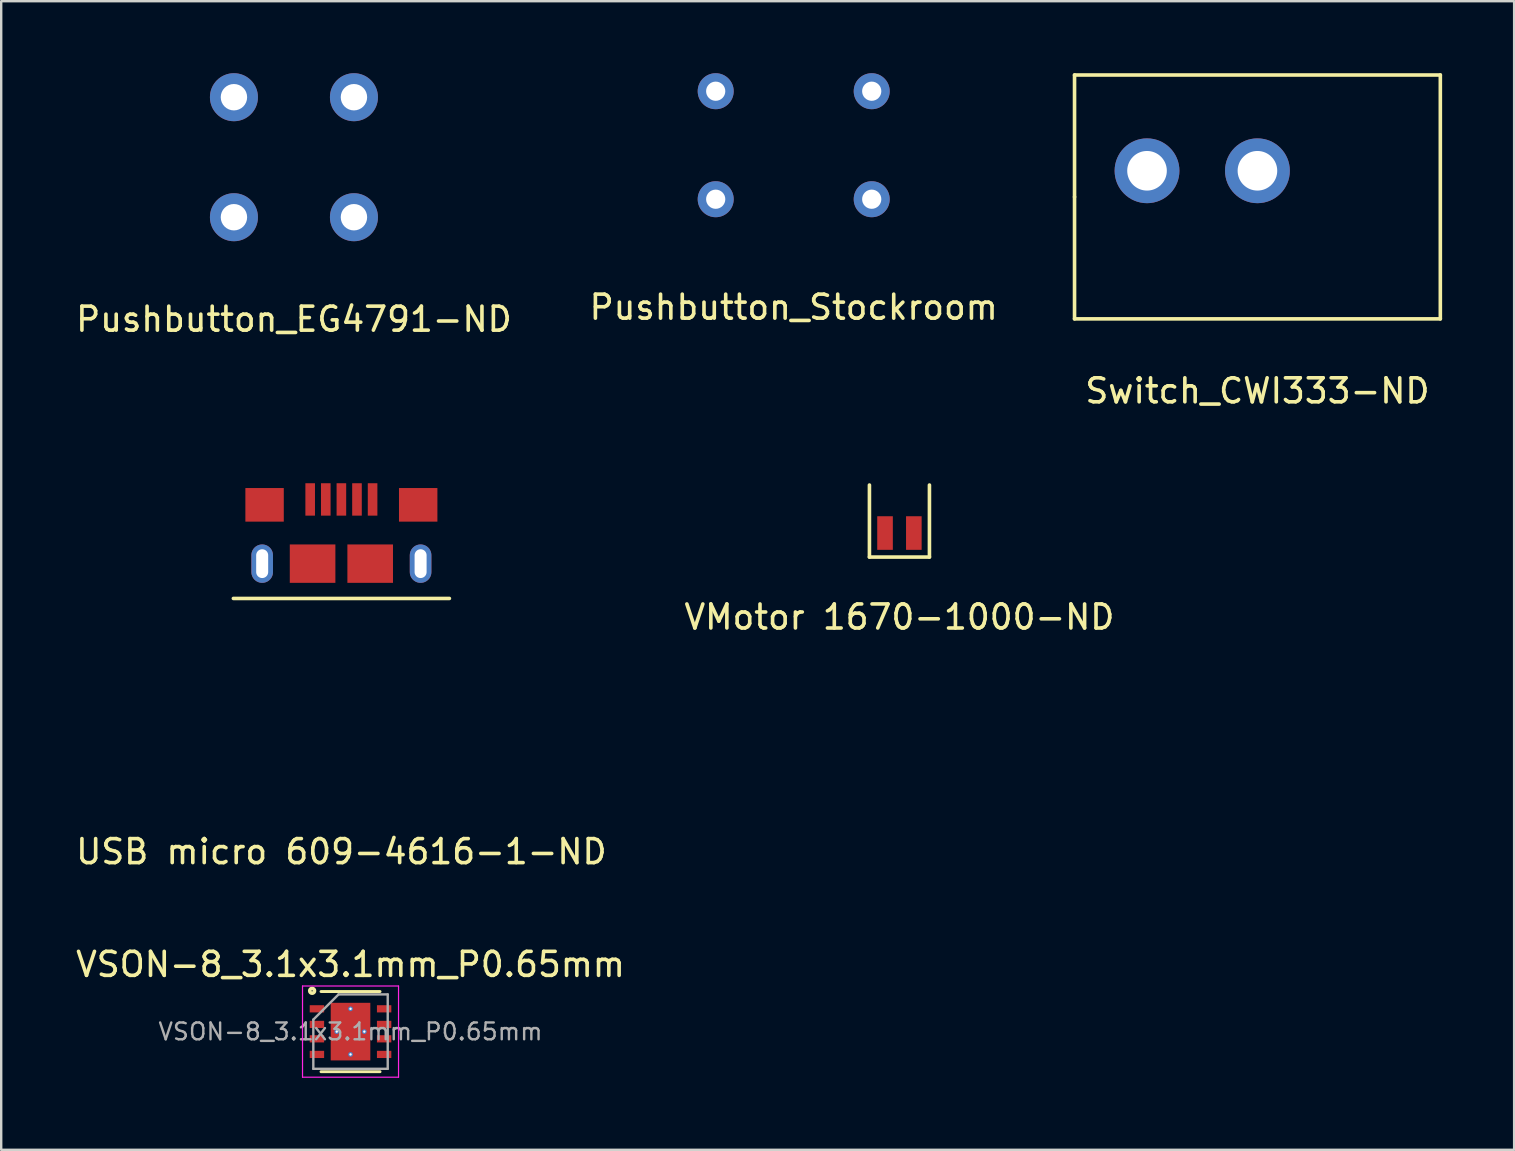
<source format=kicad_pcb>
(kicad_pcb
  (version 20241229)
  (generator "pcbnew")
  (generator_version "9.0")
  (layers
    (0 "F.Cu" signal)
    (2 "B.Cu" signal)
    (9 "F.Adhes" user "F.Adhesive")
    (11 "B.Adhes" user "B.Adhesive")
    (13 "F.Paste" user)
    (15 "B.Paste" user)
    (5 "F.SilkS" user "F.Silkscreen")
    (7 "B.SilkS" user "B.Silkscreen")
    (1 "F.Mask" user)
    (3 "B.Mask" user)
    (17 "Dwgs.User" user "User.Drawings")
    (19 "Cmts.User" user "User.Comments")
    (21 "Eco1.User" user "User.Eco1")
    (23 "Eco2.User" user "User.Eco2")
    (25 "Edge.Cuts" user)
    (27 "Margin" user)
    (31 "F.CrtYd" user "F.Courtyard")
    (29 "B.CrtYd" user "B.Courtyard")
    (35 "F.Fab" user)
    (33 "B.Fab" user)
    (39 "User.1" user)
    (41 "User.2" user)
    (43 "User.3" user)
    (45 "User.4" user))
  (footprint "Switch_CWI333-ND"
    (layer "F.Cu")
    (at 49.338 5.155)
    (property "Reference" "Switch_CWI333-ND" (at 0 8.08 0) (layer "F.SilkS") (effects (font (size 1 1) (thickness 0.15))))
    (attr through_hole)
    (fp_line (start -7.62 -5.08) (end 7.62 -5.08) (stroke (width 0.15) (type solid)) (layer "F.SilkS"))
    (fp_line (start -7.62 0) (end -7.62 -5.08) (stroke (width 0.15) (type solid)) (layer "F.SilkS"))
    (fp_line (start -7.62 5.08) (end -7.62 0) (stroke (width 0.15) (type solid)) (layer "F.SilkS"))
    (fp_line (start 7.62 -5.08) (end 7.62 5.08) (stroke (width 0.15) (type solid)) (layer "F.SilkS"))
    (fp_line (start 7.62 5.08) (end -7.62 5.08) (stroke (width 0.15) (type solid)) (layer "F.SilkS"))
    (pad "1" thru_hole circle (at 0 -1.09) (size 2.7 2.7) (drill 1.65) (layers "*.Cu" "*.Mask"))
    (pad "2" thru_hole circle (at -4.6 -1.09) (size 2.7 2.7) (drill 1.65) (layers "*.Cu" "*.Mask")))
  (footprint "Pushbutton_EG4791-ND"
    (layer "F.Cu")
    (at 9.196 3.5)
    (property "Reference" "Pushbutton_EG4791-ND" (at 0 6.75 0) (layer "F.SilkS") (effects (font (size 1 1) (thickness 0.15))))
    (attr through_hole)
    (pad "1" thru_hole circle (at -2.5 -2.5) (size 2 2) (drill 1.1) (layers "*.Cu" "*.Mask" "B.Adhes"))
    (pad "2" thru_hole circle (at 2.5 -2.5) (size 2 2) (drill 1.1) (layers "*.Cu" "*.Mask" "B.Adhes"))
    (pad "3" thru_hole circle (at -2.5 2.5) (size 2 2) (drill 1.1) (layers "*.Cu" "*.Mask" "B.Adhes"))
    (pad "4" thru_hole circle (at 2.5 2.5) (size 2 2) (drill 1.1) (layers "*.Cu" "*.Mask" "B.Adhes")))
  (footprint "USB micro 609-4616-1-ND"
    (layer "F.Cu")
    (at 11.173 20.433)
    (property "Reference" "USB micro 609-4616-1-ND" (at 0 12 0) (layer "F.SilkS") (effects (font (size 1 1) (thickness 0.15))))
    (attr through_hole)
    (fp_line (start -4.5 1.45) (end 4.5 1.45) (stroke (width 0.15) (type solid)) (layer "F.SilkS"))
    (pad "1" smd rect (at 1.3 -2.675) (size 0.4 1.35) (layers "F.Cu" "F.Mask" "F.Paste"))
    (pad "2" smd rect (at 0.65 -2.675) (size 0.4 1.35) (layers "F.Cu" "F.Mask" "F.Paste"))
    (pad "3" smd rect (at 0 -2.675) (size 0.4 1.35) (layers "F.Cu" "F.Mask" "F.Paste"))
    (pad "4" smd rect (at -0.65 -2.675) (size 0.4 1.35) (layers "F.Cu" "F.Mask" "F.Paste"))
    (pad "5" smd rect (at -1.3 -2.675) (size 0.4 1.35) (layers "F.Cu" "F.Mask" "F.Paste"))
    (pad "~" thru_hole oval (at -3.3 0) (size 0.9 1.6) (drill oval 0.5 1.2) (layers "*.Cu" "*.Mask"))
    (pad "~" smd rect (at -3.2 -2.45) (size 1.6 1.4) (layers "F.Cu" "F.Mask" "F.Paste"))
    (pad "~" smd rect (at -1.2 0) (size 1.9 1.6) (layers "F.Cu" "F.Mask" "F.Paste"))
    (pad "~" smd rect (at 1.2 0) (size 1.9 1.6) (layers "F.Cu" "F.Mask" "F.Paste"))
    (pad "~" smd rect (at 3.2 -2.45) (size 1.6 1.4) (layers "F.Cu" "F.Mask" "F.Paste"))
    (pad "~" thru_hole oval (at 3.3 0) (size 0.9 1.6) (drill oval 0.5 1.2) (layers "*.Cu" "*.Mask")))
  (footprint "VSON-8_3.1x3.1mm_P0.65mm"
    (layer "F.Cu")
    (at 11.554 39.93)
    (property "Reference" "VSON-8_3.1x3.1mm_P0.65mm" (at 0 -2.8 0) (layer "F.SilkS") (effects (font (size 1 1) (thickness 0.15))))
    (attr smd)
    (fp_line (start -1.23 -1.67) (end 1.23 -1.67) (stroke (width 0.12) (type solid)) (layer "F.SilkS"))
    (fp_line (start -1.23 1.67) (end 1.23 1.67) (stroke (width 0.12) (type solid)) (layer "F.SilkS"))
    (fp_circle (center -1.6 -1.7) (end -1.5 -1.7) (stroke (width 0.15) (type solid)) (fill no) (layer "F.SilkS"))
    (fp_line (start -2 -1.9) (end -2 1.9) (stroke (width 0.05) (type solid)) (layer "F.CrtYd"))
    (fp_line (start -2 -1.9) (end 2 -1.9) (stroke (width 0.05) (type solid)) (layer "F.CrtYd"))
    (fp_line (start -2 1.9) (end 2 1.9) (stroke (width 0.05) (type solid)) (layer "F.CrtYd"))
    (fp_line (start 2 -1.9) (end 2 1.9) (stroke (width 0.05) (type solid)) (layer "F.CrtYd"))
    (fp_line (start -1.55 -0.5) (end -0.5 -1.55) (stroke (width 0.1) (type solid)) (layer "F.Fab"))
    (fp_line (start -1.55 1.55) (end -1.55 -0.5) (stroke (width 0.1) (type solid)) (layer "F.Fab"))
    (fp_line (start -0.5 -1.55) (end 1.55 -1.55) (stroke (width 0.1) (type solid)) (layer "F.Fab"))
    (fp_line (start 1.55 -1.55) (end 1.55 1.55) (stroke (width 0.1) (type solid)) (layer "F.Fab"))
    (fp_line (start 1.55 1.55) (end -1.55 1.55) (stroke (width 0.1) (type solid)) (layer "F.Fab"))
    (fp_text user "${REFERENCE}" (at 0 0 0) (layer "F.Fab") (effects (font (size 0.7 0.7) (thickness 0.1))))
    (pad "1" smd rect (at -1.4 -0.95) (size 0.6 0.3) (layers "F.Cu" "F.Mask" "F.Paste"))
    (pad "2" smd rect (at -1.4 -0.3) (size 0.6 0.3) (layers "F.Cu" "F.Mask" "F.Paste"))
    (pad "3" smd rect (at -1.4 0.3) (size 0.6 0.3) (layers "F.Cu" "F.Mask" "F.Paste"))
    (pad "4" smd rect (at -1.4 0.95) (size 0.6 0.3) (layers "F.Cu" "F.Mask" "F.Paste"))
    (pad "5" smd rect (at 1.4 0.95) (size 0.6 0.3) (layers "F.Cu" "F.Mask" "F.Paste"))
    (pad "6" smd rect (at 1.4 0.3) (size 0.6 0.3) (layers "F.Cu" "F.Mask" "F.Paste"))
    (pad "7" smd rect (at 1.4 -0.3) (size 0.6 0.3) (layers "F.Cu" "F.Mask" "F.Paste"))
    (pad "8" smd rect (at 1.4 -0.95) (size 0.6 0.3) (layers "F.Cu" "F.Mask" "F.Paste"))
    (pad "9" thru_hole circle (at -0.575 0) (size 0.2 0.2) (drill 0.1) (layers "*.Cu" "*.Mask"))
    (pad "9" thru_hole circle (at 0 -0.95) (size 0.2 0.2) (drill 0.1) (layers "*.Cu" "*.Mask"))
    (pad "9" smd rect (at 0 0) (size 1.65 2.4) (layers "F.Cu" "F.Mask" "F.Paste"))
    (pad "9" thru_hole circle (at 0 0.95) (size 0.2 0.2) (drill 0.1) (layers "*.Cu" "*.Mask"))
    (pad "9" thru_hole circle (at 0.575 0) (size 0.2 0.2) (drill 0.1) (layers "*.Cu" "*.Mask")))
  (footprint "Pushbutton_Stockroom"
    (layer "F.Cu")
    (at 30.018 3)
    (property "Reference" "Pushbutton_Stockroom" (at 0 6.75 0) (layer "F.SilkS") (effects (font (size 1 1) (thickness 0.15))))
    (attr through_hole)
    (pad "1" thru_hole circle (at -3.25 -2.25) (size 1.5 1.5) (drill 0.8) (layers "*.Cu" "*.Mask"))
    (pad "1" thru_hole circle (at 3.25 -2.25) (size 1.5 1.5) (drill 0.8) (layers "*.Cu" "*.Mask"))
    (pad "2" thru_hole circle (at -3.25 2.25) (size 1.5 1.5) (drill 0.8) (layers "*.Cu" "*.Mask"))
    (pad "2" thru_hole circle (at 3.25 2.25) (size 1.5 1.5) (drill 0.8) (layers "*.Cu" "*.Mask")))
  (footprint "VMotor 1670-1000-ND"
    (layer "F.Cu")
    (at 34.423 19.158)
    (property "Reference" "VMotor 1670-1000-ND" (at 0 3.5 0) (layer "F.SilkS") (effects (font (size 1 1) (thickness 0.15))))
    (attr through_hole)
    (fp_line (start -1.25 1) (end -1.25 -2) (stroke (width 0.15) (type solid)) (layer "F.SilkS"))
    (fp_line (start -1.25 1) (end 1.25 1) (stroke (width 0.15) (type solid)) (layer "F.SilkS"))
    (fp_line (start 1.25 1) (end 1.25 -2) (stroke (width 0.15) (type solid)) (layer "F.SilkS"))
    (pad "1" smd rect (at -0.6 0) (size 0.65 1.4) (layers "F.Cu" "F.Mask" "F.Paste"))
    (pad "2" smd rect (at 0.6 0) (size 0.65 1.4) (layers "F.Cu" "F.Mask" "F.Paste")))
  (gr_rect
    (start -3 -3)
    (end 60.033 44.855)
    (stroke (width 0.1) (type default))
    (fill no)
    (layer "Edge.Cuts")))
</source>
